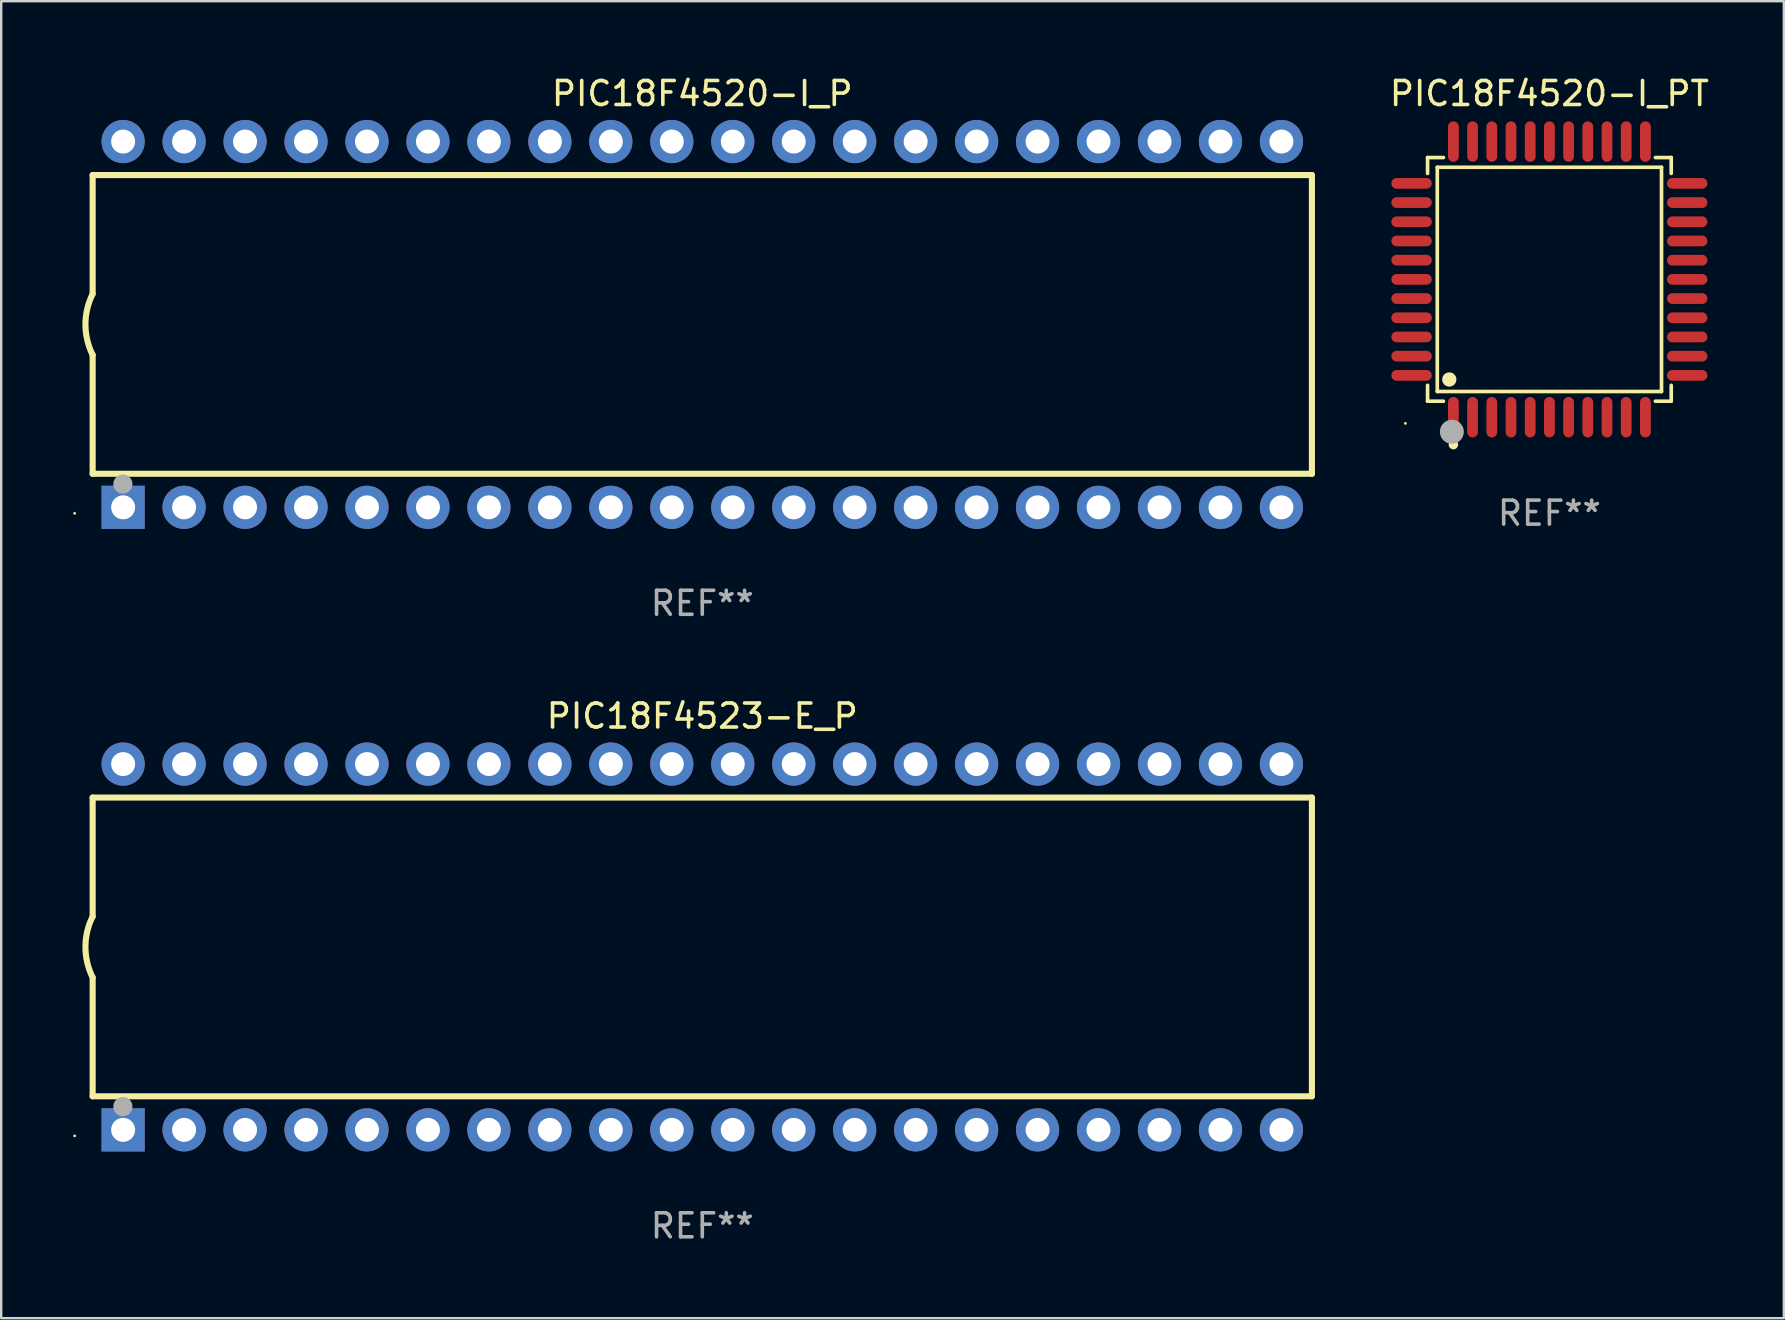
<source format=kicad_pcb>
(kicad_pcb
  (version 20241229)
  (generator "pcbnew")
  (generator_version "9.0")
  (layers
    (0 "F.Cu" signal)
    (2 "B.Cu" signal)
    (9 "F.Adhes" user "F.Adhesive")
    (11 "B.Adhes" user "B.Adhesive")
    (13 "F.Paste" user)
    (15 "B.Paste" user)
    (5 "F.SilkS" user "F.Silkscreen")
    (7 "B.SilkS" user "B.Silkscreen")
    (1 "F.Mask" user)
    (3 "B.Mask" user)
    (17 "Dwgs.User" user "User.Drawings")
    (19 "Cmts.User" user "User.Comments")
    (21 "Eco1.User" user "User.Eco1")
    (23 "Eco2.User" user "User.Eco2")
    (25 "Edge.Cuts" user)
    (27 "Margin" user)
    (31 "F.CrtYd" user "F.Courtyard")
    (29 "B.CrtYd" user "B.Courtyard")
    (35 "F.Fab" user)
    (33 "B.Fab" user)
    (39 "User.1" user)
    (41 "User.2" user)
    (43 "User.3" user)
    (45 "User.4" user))
  (footprint "PIC18F4520-I_PT"
    (layer "F.Cu")
    (at 61.505 8.59)
    (property "Reference" "PIC18F4520-I_PT" (at 0 -7.742 0) (layer "F.SilkS") (effects (font (size 1 1) (thickness 0.15))))
    (attr through_hole)
    (fp_line (start -5.076 -5.076) (end -4.415 -5.076) (stroke (width 0.152) (type solid)) (layer "F.SilkS"))
    (fp_line (start -5.076 -4.415) (end -5.076 -5.076) (stroke (width 0.152) (type solid)) (layer "F.SilkS"))
    (fp_line (start -5.076 4.415) (end -5.076 5.076) (stroke (width 0.152) (type solid)) (layer "F.SilkS"))
    (fp_line (start -5.076 5.076) (end -4.415 5.076) (stroke (width 0.152) (type solid)) (layer "F.SilkS"))
    (fp_line (start -4.671 -4.671) (end 4.671 -4.671) (stroke (width 0.152) (type solid)) (layer "F.SilkS"))
    (fp_line (start -4.671 4.671) (end -4.671 -4.671) (stroke (width 0.152) (type solid)) (layer "F.SilkS"))
    (fp_line (start 4.671 -4.671) (end 4.671 4.671) (stroke (width 0.152) (type solid)) (layer "F.SilkS"))
    (fp_line (start 4.671 4.671) (end -4.671 4.671) (stroke (width 0.152) (type solid)) (layer "F.SilkS"))
    (fp_line (start 5.076 -5.076) (end 4.415 -5.076) (stroke (width 0.152) (type solid)) (layer "F.SilkS"))
    (fp_line (start 5.076 -4.415) (end 5.076 -5.076) (stroke (width 0.152) (type solid)) (layer "F.SilkS"))
    (fp_line (start 5.076 4.415) (end 5.076 5.076) (stroke (width 0.152) (type solid)) (layer "F.SilkS"))
    (fp_line (start 5.076 5.076) (end 4.415 5.076) (stroke (width 0.152) (type solid)) (layer "F.SilkS"))
    (fp_circle (center -6 6) (end -5.97 6) (stroke (width 0.06) (type solid)) (fill no) (layer "F.SilkS"))
    (fp_circle (center -4.171 4.171) (end -4.021 4.171) (stroke (width 0.3) (type solid)) (fill no) (layer "F.SilkS"))
    (fp_circle (center -4 6.884) (end -3.9 6.884) (stroke (width 0.2) (type solid)) (fill no) (layer "F.SilkS"))
    (fp_circle (center -4.064 6.35) (end -3.814 6.35) (stroke (width 0.5) (type solid)) (fill no) (layer "F.Fab"))
    (fp_text user "REF**" (at 0 9.742 0) (layer "F.Fab") (effects (font (size 1 1) (thickness 0.15))))
    (pad "1" smd oval (at -4 5.742) (size 0.448 1.684) (layers "F.Cu" "F.Mask" "F.Paste"))
    (pad "2" smd oval (at -3.2 5.742) (size 0.448 1.684) (layers "F.Cu" "F.Mask" "F.Paste"))
    (pad "3" smd oval (at -2.4 5.742) (size 0.448 1.684) (layers "F.Cu" "F.Mask" "F.Paste"))
    (pad "4" smd oval (at -1.6 5.742) (size 0.448 1.684) (layers "F.Cu" "F.Mask" "F.Paste"))
    (pad "5" smd oval (at -0.8 5.742) (size 0.448 1.684) (layers "F.Cu" "F.Mask" "F.Paste"))
    (pad "6" smd oval (at 0 5.742) (size 0.448 1.684) (layers "F.Cu" "F.Mask" "F.Paste"))
    (pad "7" smd oval (at 0.8 5.742) (size 0.448 1.684) (layers "F.Cu" "F.Mask" "F.Paste"))
    (pad "8" smd oval (at 1.6 5.742) (size 0.448 1.684) (layers "F.Cu" "F.Mask" "F.Paste"))
    (pad "9" smd oval (at 2.4 5.742) (size 0.448 1.684) (layers "F.Cu" "F.Mask" "F.Paste"))
    (pad "10" smd oval (at 3.2 5.742) (size 0.448 1.684) (layers "F.Cu" "F.Mask" "F.Paste"))
    (pad "11" smd oval (at 4 5.742) (size 0.448 1.684) (layers "F.Cu" "F.Mask" "F.Paste"))
    (pad "12" smd oval (at 5.742 4) (size 1.684 0.448) (layers "F.Cu" "F.Mask" "F.Paste"))
    (pad "13" smd oval (at 5.742 3.2) (size 1.684 0.448) (layers "F.Cu" "F.Mask" "F.Paste"))
    (pad "14" smd oval (at 5.742 2.4) (size 1.684 0.448) (layers "F.Cu" "F.Mask" "F.Paste"))
    (pad "15" smd oval (at 5.742 1.6) (size 1.684 0.448) (layers "F.Cu" "F.Mask" "F.Paste"))
    (pad "16" smd oval (at 5.742 0.8) (size 1.684 0.448) (layers "F.Cu" "F.Mask" "F.Paste"))
    (pad "17" smd oval (at 5.742 0) (size 1.684 0.448) (layers "F.Cu" "F.Mask" "F.Paste"))
    (pad "18" smd oval (at 5.742 -0.8) (size 1.684 0.448) (layers "F.Cu" "F.Mask" "F.Paste"))
    (pad "19" smd oval (at 5.742 -1.6) (size 1.684 0.448) (layers "F.Cu" "F.Mask" "F.Paste"))
    (pad "20" smd oval (at 5.742 -2.4) (size 1.684 0.448) (layers "F.Cu" "F.Mask" "F.Paste"))
    (pad "21" smd oval (at 5.742 -3.2) (size 1.684 0.448) (layers "F.Cu" "F.Mask" "F.Paste"))
    (pad "22" smd oval (at 5.742 -4) (size 1.684 0.448) (layers "F.Cu" "F.Mask" "F.Paste"))
    (pad "23" smd oval (at 4 -5.742) (size 0.448 1.684) (layers "F.Cu" "F.Mask" "F.Paste"))
    (pad "24" smd oval (at 3.2 -5.742) (size 0.448 1.684) (layers "F.Cu" "F.Mask" "F.Paste"))
    (pad "25" smd oval (at 2.4 -5.742) (size 0.448 1.684) (layers "F.Cu" "F.Mask" "F.Paste"))
    (pad "26" smd oval (at 1.6 -5.742) (size 0.448 1.684) (layers "F.Cu" "F.Mask" "F.Paste"))
    (pad "27" smd oval (at 0.8 -5.742) (size 0.448 1.684) (layers "F.Cu" "F.Mask" "F.Paste"))
    (pad "28" smd oval (at 0 -5.742) (size 0.448 1.684) (layers "F.Cu" "F.Mask" "F.Paste"))
    (pad "29" smd oval (at -0.8 -5.742) (size 0.448 1.684) (layers "F.Cu" "F.Mask" "F.Paste"))
    (pad "30" smd oval (at -1.6 -5.742) (size 0.448 1.684) (layers "F.Cu" "F.Mask" "F.Paste"))
    (pad "31" smd oval (at -2.4 -5.742) (size 0.448 1.684) (layers "F.Cu" "F.Mask" "F.Paste"))
    (pad "32" smd oval (at -3.2 -5.742) (size 0.448 1.684) (layers "F.Cu" "F.Mask" "F.Paste"))
    (pad "33" smd oval (at -4 -5.742) (size 0.448 1.684) (layers "F.Cu" "F.Mask" "F.Paste"))
    (pad "34" smd oval (at -5.742 -4) (size 1.684 0.448) (layers "F.Cu" "F.Mask" "F.Paste"))
    (pad "35" smd oval (at -5.742 -3.2) (size 1.684 0.448) (layers "F.Cu" "F.Mask" "F.Paste"))
    (pad "36" smd oval (at -5.742 -2.4) (size 1.684 0.448) (layers "F.Cu" "F.Mask" "F.Paste"))
    (pad "37" smd oval (at -5.742 -1.6) (size 1.684 0.448) (layers "F.Cu" "F.Mask" "F.Paste"))
    (pad "38" smd oval (at -5.742 -0.8) (size 1.684 0.448) (layers "F.Cu" "F.Mask" "F.Paste"))
    (pad "39" smd oval (at -5.742 0) (size 1.684 0.448) (layers "F.Cu" "F.Mask" "F.Paste"))
    (pad "40" smd oval (at -5.742 0.8) (size 1.684 0.448) (layers "F.Cu" "F.Mask" "F.Paste"))
    (pad "41" smd oval (at -5.742 1.6) (size 1.684 0.448) (layers "F.Cu" "F.Mask" "F.Paste"))
    (pad "42" smd oval (at -5.742 2.4) (size 1.684 0.448) (layers "F.Cu" "F.Mask" "F.Paste"))
    (pad "43" smd oval (at -5.742 3.2) (size 1.684 0.448) (layers "F.Cu" "F.Mask" "F.Paste"))
    (pad "44" smd oval (at -5.742 4) (size 1.684 0.448) (layers "F.Cu" "F.Mask" "F.Paste")))
  (footprint "PIC18F4523-E_P"
    (layer "F.Cu")
    (at 26.21 36.405)
    (property "Reference" "PIC18F4523-E_P" (at 0 -9.62 0) (layer "F.SilkS") (effects (font (size 1 1) (thickness 0.15))))
    (attr through_hole)
    (fp_line (start -25.4 -6.224) (end -25.4 -1.271) (stroke (width 0.254) (type solid)) (layer "F.SilkS"))
    (fp_line (start -25.4 -6.224) (end 25.4 -6.224) (stroke (width 0.254) (type solid)) (layer "F.SilkS"))
    (fp_line (start -25.4 1.269) (end -25.4 6.222) (stroke (width 0.254) (type solid)) (layer "F.SilkS"))
    (fp_line (start -25.4 6.222) (end 25.4 6.222) (stroke (width 0.254) (type solid)) (layer "F.SilkS"))
    (fp_line (start 25.4 6.222) (end 25.4 -6.224) (stroke (width 0.254) (type solid)) (layer "F.SilkS"))
    (fp_arc (start -25.4 1.269241) (mid -25.699807 -0.000762) (end -25.4 -1.270765) (stroke (width 0.254001) (type solid)) (layer "F.SilkS"))
    (fp_circle (center -26.15 7.87) (end -26.12 7.87) (stroke (width 0.06) (type solid)) (fill no) (layer "F.SilkS"))
    (fp_circle (center -24.14 6.65) (end -23.94 6.65) (stroke (width 0.4) (type solid)) (fill no) (layer "F.Fab"))
    (fp_text user "REF**" (at 0 11.62 0) (layer "F.Fab") (effects (font (size 1 1) (thickness 0.15))))
    (pad "1" thru_hole rect (at -24.13 7.62 90) (size 1.8 1.8) (drill 1) (layers "*.Cu" "*.Mask"))
    (pad "2" thru_hole circle (at -21.59 7.62) (size 1.8 1.8) (drill 1) (layers "*.Cu" "*.Mask"))
    (pad "3" thru_hole circle (at -19.05 7.62) (size 1.8 1.8) (drill 1) (layers "*.Cu" "*.Mask"))
    (pad "4" thru_hole circle (at -16.51 7.62) (size 1.8 1.8) (drill 1) (layers "*.Cu" "*.Mask"))
    (pad "5" thru_hole circle (at -13.97 7.62) (size 1.8 1.8) (drill 1) (layers "*.Cu" "*.Mask"))
    (pad "6" thru_hole circle (at -11.43 7.62) (size 1.8 1.8) (drill 1) (layers "*.Cu" "*.Mask"))
    (pad "7" thru_hole circle (at -8.89 7.62) (size 1.8 1.8) (drill 1) (layers "*.Cu" "*.Mask"))
    (pad "8" thru_hole circle (at -6.35 7.62) (size 1.8 1.8) (drill 1) (layers "*.Cu" "*.Mask"))
    (pad "9" thru_hole circle (at -3.81 7.62) (size 1.8 1.8) (drill 1) (layers "*.Cu" "*.Mask"))
    (pad "10" thru_hole circle (at -1.27 7.62) (size 1.8 1.8) (drill 1) (layers "*.Cu" "*.Mask"))
    (pad "11" thru_hole circle (at 1.27 7.62) (size 1.8 1.8) (drill 1) (layers "*.Cu" "*.Mask"))
    (pad "12" thru_hole circle (at 3.81 7.62) (size 1.8 1.8) (drill 1) (layers "*.Cu" "*.Mask"))
    (pad "13" thru_hole circle (at 6.35 7.62) (size 1.8 1.8) (drill 1) (layers "*.Cu" "*.Mask"))
    (pad "14" thru_hole circle (at 8.89 7.62) (size 1.8 1.8) (drill 1) (layers "*.Cu" "*.Mask"))
    (pad "15" thru_hole circle (at 11.43 7.62) (size 1.8 1.8) (drill 1) (layers "*.Cu" "*.Mask"))
    (pad "16" thru_hole circle (at 13.97 7.62) (size 1.8 1.8) (drill 1) (layers "*.Cu" "*.Mask"))
    (pad "17" thru_hole circle (at 16.51 7.62) (size 1.8 1.8) (drill 1) (layers "*.Cu" "*.Mask"))
    (pad "18" thru_hole circle (at 19.05 7.62) (size 1.8 1.8) (drill 1) (layers "*.Cu" "*.Mask"))
    (pad "19" thru_hole circle (at 21.59 7.62) (size 1.8 1.8) (drill 1) (layers "*.Cu" "*.Mask"))
    (pad "20" thru_hole circle (at 24.13 7.62) (size 1.8 1.8) (drill 1) (layers "*.Cu" "*.Mask"))
    (pad "21" thru_hole circle (at 24.13 -7.62) (size 1.8 1.8) (drill 1) (layers "*.Cu" "*.Mask"))
    (pad "22" thru_hole circle (at 21.59 -7.62) (size 1.8 1.8) (drill 1) (layers "*.Cu" "*.Mask"))
    (pad "23" thru_hole circle (at 19.05 -7.62) (size 1.8 1.8) (drill 1) (layers "*.Cu" "*.Mask"))
    (pad "24" thru_hole circle (at 16.51 -7.62) (size 1.8 1.8) (drill 1) (layers "*.Cu" "*.Mask"))
    (pad "25" thru_hole circle (at 13.97 -7.62) (size 1.8 1.8) (drill 1) (layers "*.Cu" "*.Mask"))
    (pad "26" thru_hole circle (at 11.43 -7.62) (size 1.8 1.8) (drill 1) (layers "*.Cu" "*.Mask"))
    (pad "27" thru_hole circle (at 8.89 -7.62) (size 1.8 1.8) (drill 1) (layers "*.Cu" "*.Mask"))
    (pad "28" thru_hole circle (at 6.35 -7.62) (size 1.8 1.8) (drill 1) (layers "*.Cu" "*.Mask"))
    (pad "29" thru_hole circle (at 3.81 -7.62) (size 1.8 1.8) (drill 1) (layers "*.Cu" "*.Mask"))
    (pad "30" thru_hole circle (at 1.27 -7.62) (size 1.8 1.8) (drill 1) (layers "*.Cu" "*.Mask"))
    (pad "31" thru_hole circle (at -1.27 -7.62) (size 1.8 1.8) (drill 1) (layers "*.Cu" "*.Mask"))
    (pad "32" thru_hole circle (at -3.81 -7.62) (size 1.8 1.8) (drill 1) (layers "*.Cu" "*.Mask"))
    (pad "33" thru_hole circle (at -6.35 -7.62) (size 1.8 1.8) (drill 1) (layers "*.Cu" "*.Mask"))
    (pad "34" thru_hole circle (at -8.89 -7.62) (size 1.8 1.8) (drill 1) (layers "*.Cu" "*.Mask"))
    (pad "35" thru_hole circle (at -11.43 -7.62) (size 1.8 1.8) (drill 1) (layers "*.Cu" "*.Mask"))
    (pad "36" thru_hole circle (at -13.97 -7.62) (size 1.8 1.8) (drill 1) (layers "*.Cu" "*.Mask"))
    (pad "37" thru_hole circle (at -16.51 -7.62) (size 1.8 1.8) (drill 1) (layers "*.Cu" "*.Mask"))
    (pad "38" thru_hole circle (at -19.05 -7.62) (size 1.8 1.8) (drill 1) (layers "*.Cu" "*.Mask"))
    (pad "39" thru_hole circle (at -21.59 -7.62) (size 1.8 1.8) (drill 1) (layers "*.Cu" "*.Mask"))
    (pad "40" thru_hole circle (at -24.13 -7.62) (size 1.8 1.8) (drill 1) (layers "*.Cu" "*.Mask")))
  (footprint "PIC18F4520-I_P"
    (layer "F.Cu")
    (at 26.21 10.468)
    (property "Reference" "PIC18F4520-I_P" (at 0 -9.62 0) (layer "F.SilkS") (effects (font (size 1 1) (thickness 0.15))))
    (attr through_hole)
    (fp_line (start -25.4 -6.224) (end -25.4 -1.271) (stroke (width 0.254) (type solid)) (layer "F.SilkS"))
    (fp_line (start -25.4 -6.224) (end 25.4 -6.224) (stroke (width 0.254) (type solid)) (layer "F.SilkS"))
    (fp_line (start -25.4 1.269) (end -25.4 6.222) (stroke (width 0.254) (type solid)) (layer "F.SilkS"))
    (fp_line (start -25.4 6.222) (end 25.4 6.222) (stroke (width 0.254) (type solid)) (layer "F.SilkS"))
    (fp_line (start 25.4 6.222) (end 25.4 -6.224) (stroke (width 0.254) (type solid)) (layer "F.SilkS"))
    (fp_arc (start -25.4 1.269241) (mid -25.699807 -0.000762) (end -25.4 -1.270765) (stroke (width 0.254001) (type solid)) (layer "F.SilkS"))
    (fp_circle (center -26.15 7.87) (end -26.12 7.87) (stroke (width 0.06) (type solid)) (fill no) (layer "F.SilkS"))
    (fp_circle (center -24.14 6.65) (end -23.94 6.65) (stroke (width 0.4) (type solid)) (fill no) (layer "F.Fab"))
    (fp_text user "REF**" (at 0 11.62 0) (layer "F.Fab") (effects (font (size 1 1) (thickness 0.15))))
    (pad "1" thru_hole rect (at -24.13 7.62 90) (size 1.8 1.8) (drill 1) (layers "*.Cu" "*.Mask"))
    (pad "2" thru_hole circle (at -21.59 7.62) (size 1.8 1.8) (drill 1) (layers "*.Cu" "*.Mask"))
    (pad "3" thru_hole circle (at -19.05 7.62) (size 1.8 1.8) (drill 1) (layers "*.Cu" "*.Mask"))
    (pad "4" thru_hole circle (at -16.51 7.62) (size 1.8 1.8) (drill 1) (layers "*.Cu" "*.Mask"))
    (pad "5" thru_hole circle (at -13.97 7.62) (size 1.8 1.8) (drill 1) (layers "*.Cu" "*.Mask"))
    (pad "6" thru_hole circle (at -11.43 7.62) (size 1.8 1.8) (drill 1) (layers "*.Cu" "*.Mask"))
    (pad "7" thru_hole circle (at -8.89 7.62) (size 1.8 1.8) (drill 1) (layers "*.Cu" "*.Mask"))
    (pad "8" thru_hole circle (at -6.35 7.62) (size 1.8 1.8) (drill 1) (layers "*.Cu" "*.Mask"))
    (pad "9" thru_hole circle (at -3.81 7.62) (size 1.8 1.8) (drill 1) (layers "*.Cu" "*.Mask"))
    (pad "10" thru_hole circle (at -1.27 7.62) (size 1.8 1.8) (drill 1) (layers "*.Cu" "*.Mask"))
    (pad "11" thru_hole circle (at 1.27 7.62) (size 1.8 1.8) (drill 1) (layers "*.Cu" "*.Mask"))
    (pad "12" thru_hole circle (at 3.81 7.62) (size 1.8 1.8) (drill 1) (layers "*.Cu" "*.Mask"))
    (pad "13" thru_hole circle (at 6.35 7.62) (size 1.8 1.8) (drill 1) (layers "*.Cu" "*.Mask"))
    (pad "14" thru_hole circle (at 8.89 7.62) (size 1.8 1.8) (drill 1) (layers "*.Cu" "*.Mask"))
    (pad "15" thru_hole circle (at 11.43 7.62) (size 1.8 1.8) (drill 1) (layers "*.Cu" "*.Mask"))
    (pad "16" thru_hole circle (at 13.97 7.62) (size 1.8 1.8) (drill 1) (layers "*.Cu" "*.Mask"))
    (pad "17" thru_hole circle (at 16.51 7.62) (size 1.8 1.8) (drill 1) (layers "*.Cu" "*.Mask"))
    (pad "18" thru_hole circle (at 19.05 7.62) (size 1.8 1.8) (drill 1) (layers "*.Cu" "*.Mask"))
    (pad "19" thru_hole circle (at 21.59 7.62) (size 1.8 1.8) (drill 1) (layers "*.Cu" "*.Mask"))
    (pad "20" thru_hole circle (at 24.13 7.62) (size 1.8 1.8) (drill 1) (layers "*.Cu" "*.Mask"))
    (pad "21" thru_hole circle (at 24.13 -7.62) (size 1.8 1.8) (drill 1) (layers "*.Cu" "*.Mask"))
    (pad "22" thru_hole circle (at 21.59 -7.62) (size 1.8 1.8) (drill 1) (layers "*.Cu" "*.Mask"))
    (pad "23" thru_hole circle (at 19.05 -7.62) (size 1.8 1.8) (drill 1) (layers "*.Cu" "*.Mask"))
    (pad "24" thru_hole circle (at 16.51 -7.62) (size 1.8 1.8) (drill 1) (layers "*.Cu" "*.Mask"))
    (pad "25" thru_hole circle (at 13.97 -7.62) (size 1.8 1.8) (drill 1) (layers "*.Cu" "*.Mask"))
    (pad "26" thru_hole circle (at 11.43 -7.62) (size 1.8 1.8) (drill 1) (layers "*.Cu" "*.Mask"))
    (pad "27" thru_hole circle (at 8.89 -7.62) (size 1.8 1.8) (drill 1) (layers "*.Cu" "*.Mask"))
    (pad "28" thru_hole circle (at 6.35 -7.62) (size 1.8 1.8) (drill 1) (layers "*.Cu" "*.Mask"))
    (pad "29" thru_hole circle (at 3.81 -7.62) (size 1.8 1.8) (drill 1) (layers "*.Cu" "*.Mask"))
    (pad "30" thru_hole circle (at 1.27 -7.62) (size 1.8 1.8) (drill 1) (layers "*.Cu" "*.Mask"))
    (pad "31" thru_hole circle (at -1.27 -7.62) (size 1.8 1.8) (drill 1) (layers "*.Cu" "*.Mask"))
    (pad "32" thru_hole circle (at -3.81 -7.62) (size 1.8 1.8) (drill 1) (layers "*.Cu" "*.Mask"))
    (pad "33" thru_hole circle (at -6.35 -7.62) (size 1.8 1.8) (drill 1) (layers "*.Cu" "*.Mask"))
    (pad "34" thru_hole circle (at -8.89 -7.62) (size 1.8 1.8) (drill 1) (layers "*.Cu" "*.Mask"))
    (pad "35" thru_hole circle (at -11.43 -7.62) (size 1.8 1.8) (drill 1) (layers "*.Cu" "*.Mask"))
    (pad "36" thru_hole circle (at -13.97 -7.62) (size 1.8 1.8) (drill 1) (layers "*.Cu" "*.Mask"))
    (pad "37" thru_hole circle (at -16.51 -7.62) (size 1.8 1.8) (drill 1) (layers "*.Cu" "*.Mask"))
    (pad "38" thru_hole circle (at -19.05 -7.62) (size 1.8 1.8) (drill 1) (layers "*.Cu" "*.Mask"))
    (pad "39" thru_hole circle (at -21.59 -7.62) (size 1.8 1.8) (drill 1) (layers "*.Cu" "*.Mask"))
    (pad "40" thru_hole circle (at -24.13 -7.62) (size 1.8 1.8) (drill 1) (layers "*.Cu" "*.Mask")))
  (gr_rect
    (start -3 -3)
    (end 71.273 51.873)
    (stroke (width 0.1) (type default))
    (fill no)
    (layer "Edge.Cuts")))
</source>
